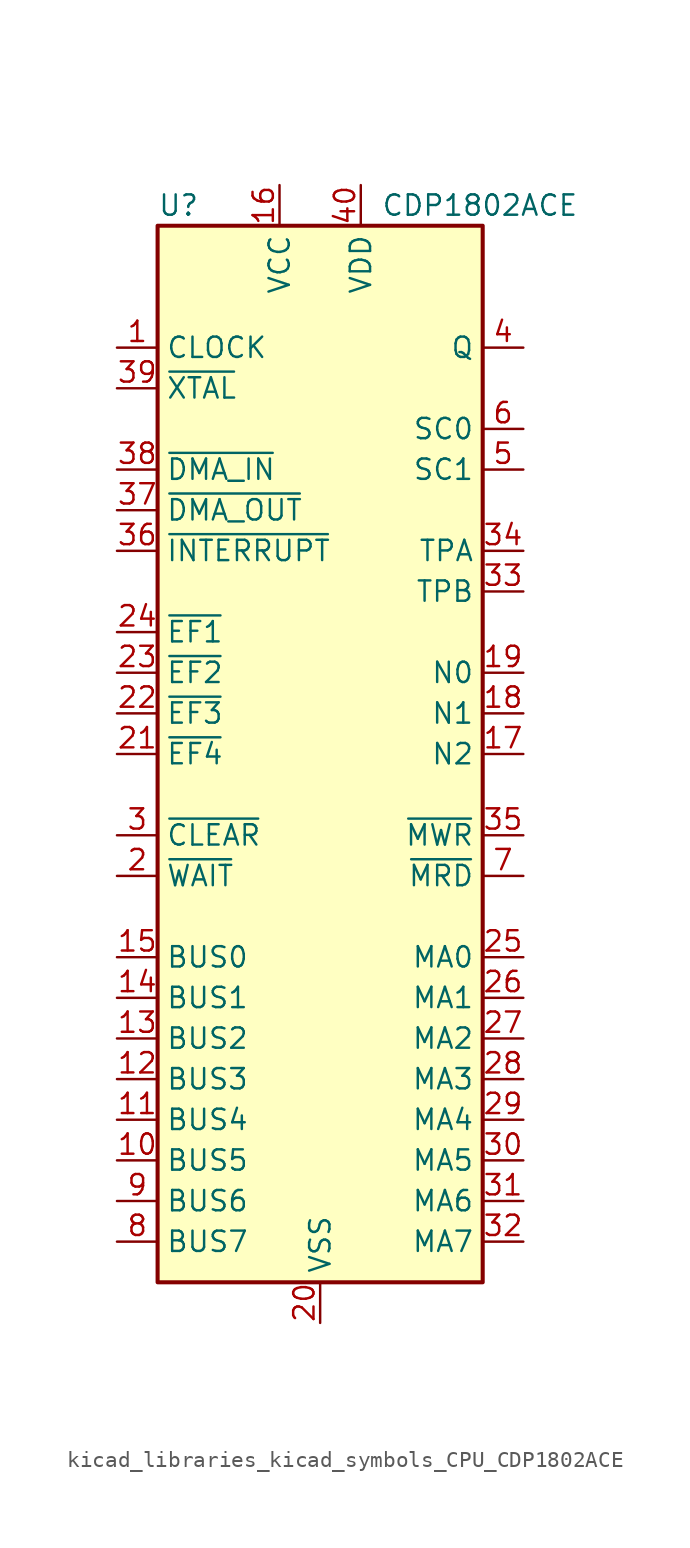
<source format=kicad_sym>
(kicad_symbol_lib
  (version 20220914)
  (generator kicad_symbol_editor)
  (symbol "kicad_libraries_kicad_symbols_CPU_CDP1802ACE"
    (property "Reference" "U"
      (at -10.16 34.29 0)
      (effects (font (size 1.27 1.27)) (justify left)))
    (property "Value" "CDP1802ACE"
      (at 3.81 34.29 0)
      (effects (font (size 1.27 1.27)) (justify left)))
    (symbol "kicad_libraries_kicad_symbols_CPU_CDP1802ACE_0_1"
      (rectangle (start -10.16 33.02) (end 10.16 -33.02) (stroke (width 0.254) (type default)) (fill (type background))))
    (symbol "kicad_libraries_kicad_symbols_CPU_CDP1802ACE_1_1"
      (pin input line (at -12.7 25.4 0) (length 2.54) (name "CLOCK" (effects (font (size 1.27 1.27)))) (number "1" (effects (font (size 1.27 1.27)))))
      (pin bidirectional line (at -12.7 -25.4 0) (length 2.54) (name "BUS5" (effects (font (size 1.27 1.27)))) (number "10" (effects (font (size 1.27 1.27)))))
      (pin bidirectional line (at -12.7 -22.86 0) (length 2.54) (name "BUS4" (effects (font (size 1.27 1.27)))) (number "11" (effects (font (size 1.27 1.27)))))
      (pin bidirectional line (at -12.7 -20.32 0) (length 2.54) (name "BUS3" (effects (font (size 1.27 1.27)))) (number "12" (effects (font (size 1.27 1.27)))))
      (pin bidirectional line (at -12.7 -17.78 0) (length 2.54) (name "BUS2" (effects (font (size 1.27 1.27)))) (number "13" (effects (font (size 1.27 1.27)))))
      (pin bidirectional line (at -12.7 -15.24 0) (length 2.54) (name "BUS1" (effects (font (size 1.27 1.27)))) (number "14" (effects (font (size 1.27 1.27)))))
      (pin bidirectional line (at -12.7 -12.7 0) (length 2.54) (name "BUS0" (effects (font (size 1.27 1.27)))) (number "15" (effects (font (size 1.27 1.27)))))
      (pin power_in line (at -2.54 35.56 270) (length 2.54) (name "VCC" (effects (font (size 1.27 1.27)))) (number "16" (effects (font (size 1.27 1.27)))))
      (pin output line (at 12.7 0 180) (length 2.54) (name "N2" (effects (font (size 1.27 1.27)))) (number "17" (effects (font (size 1.27 1.27)))))
      (pin output line (at 12.7 2.54 180) (length 2.54) (name "N1" (effects (font (size 1.27 1.27)))) (number "18" (effects (font (size 1.27 1.27)))))
      (pin output line (at 12.7 5.08 180) (length 2.54) (name "N0" (effects (font (size 1.27 1.27)))) (number "19" (effects (font (size 1.27 1.27)))))
      (pin input line (at -12.7 -7.62 0) (length 2.54) (name "~{WAIT}" (effects (font (size 1.27 1.27)))) (number "2" (effects (font (size 1.27 1.27)))))
      (pin power_in line (at 0 -35.56 90) (length 2.54) (name "VSS" (effects (font (size 1.27 1.27)))) (number "20" (effects (font (size 1.27 1.27)))))
      (pin input line (at -12.7 0 0) (length 2.54) (name "~{EF4}" (effects (font (size 1.27 1.27)))) (number "21" (effects (font (size 1.27 1.27)))))
      (pin input line (at -12.7 2.54 0) (length 2.54) (name "~{EF3}" (effects (font (size 1.27 1.27)))) (number "22" (effects (font (size 1.27 1.27)))))
      (pin input line (at -12.7 5.08 0) (length 2.54) (name "~{EF2}" (effects (font (size 1.27 1.27)))) (number "23" (effects (font (size 1.27 1.27)))))
      (pin input line (at -12.7 7.62 0) (length 2.54) (name "~{EF1}" (effects (font (size 1.27 1.27)))) (number "24" (effects (font (size 1.27 1.27)))))
      (pin output line (at 12.7 -12.7 180) (length 2.54) (name "MA0" (effects (font (size 1.27 1.27)))) (number "25" (effects (font (size 1.27 1.27)))))
      (pin output line (at 12.7 -15.24 180) (length 2.54) (name "MA1" (effects (font (size 1.27 1.27)))) (number "26" (effects (font (size 1.27 1.27)))))
      (pin output line (at 12.7 -17.78 180) (length 2.54) (name "MA2" (effects (font (size 1.27 1.27)))) (number "27" (effects (font (size 1.27 1.27)))))
      (pin output line (at 12.7 -20.32 180) (length 2.54) (name "MA3" (effects (font (size 1.27 1.27)))) (number "28" (effects (font (size 1.27 1.27)))))
      (pin output line (at 12.7 -22.86 180) (length 2.54) (name "MA4" (effects (font (size 1.27 1.27)))) (number "29" (effects (font (size 1.27 1.27)))))
      (pin input line (at -12.7 -5.08 0) (length 2.54) (name "~{CLEAR}" (effects (font (size 1.27 1.27)))) (number "3" (effects (font (size 1.27 1.27)))))
      (pin output line (at 12.7 -25.4 180) (length 2.54) (name "MA5" (effects (font (size 1.27 1.27)))) (number "30" (effects (font (size 1.27 1.27)))))
      (pin output line (at 12.7 -27.94 180) (length 2.54) (name "MA6" (effects (font (size 1.27 1.27)))) (number "31" (effects (font (size 1.27 1.27)))))
      (pin output line (at 12.7 -30.48 180) (length 2.54) (name "MA7" (effects (font (size 1.27 1.27)))) (number "32" (effects (font (size 1.27 1.27)))))
      (pin output line (at 12.7 10.16 180) (length 2.54) (name "TPB" (effects (font (size 1.27 1.27)))) (number "33" (effects (font (size 1.27 1.27)))))
      (pin output line (at 12.7 12.7 180) (length 2.54) (name "TPA" (effects (font (size 1.27 1.27)))) (number "34" (effects (font (size 1.27 1.27)))))
      (pin output line (at 12.7 -5.08 180) (length 2.54) (name "~{MWR}" (effects (font (size 1.27 1.27)))) (number "35" (effects (font (size 1.27 1.27)))))
      (pin input line (at -12.7 12.7 0) (length 2.54) (name "~{INTERRUPT}" (effects (font (size 1.27 1.27)))) (number "36" (effects (font (size 1.27 1.27)))))
      (pin input line (at -12.7 15.24 0) (length 2.54) (name "~{DMA_OUT}" (effects (font (size 1.27 1.27)))) (number "37" (effects (font (size 1.27 1.27)))))
      (pin input line (at -12.7 17.78 0) (length 2.54) (name "~{DMA_IN}" (effects (font (size 1.27 1.27)))) (number "38" (effects (font (size 1.27 1.27)))))
      (pin output line (at -12.7 22.86 0) (length 2.54) (name "~{XTAL}" (effects (font (size 1.27 1.27)))) (number "39" (effects (font (size 1.27 1.27)))))
      (pin output line (at 12.7 25.4 180) (length 2.54) (name "Q" (effects (font (size 1.27 1.27)))) (number "4" (effects (font (size 1.27 1.27)))))
      (pin power_in line (at 2.54 35.56 270) (length 2.54) (name "VDD" (effects (font (size 1.27 1.27)))) (number "40" (effects (font (size 1.27 1.27)))))
      (pin output line (at 12.7 17.78 180) (length 2.54) (name "SC1" (effects (font (size 1.27 1.27)))) (number "5" (effects (font (size 1.27 1.27)))))
      (pin output line (at 12.7 20.32 180) (length 2.54) (name "SC0" (effects (font (size 1.27 1.27)))) (number "6" (effects (font (size 1.27 1.27)))))
      (pin output line (at 12.7 -7.62 180) (length 2.54) (name "~{MRD}" (effects (font (size 1.27 1.27)))) (number "7" (effects (font (size 1.27 1.27)))))
      (pin bidirectional line (at -12.7 -30.48 0) (length 2.54) (name "BUS7" (effects (font (size 1.27 1.27)))) (number "8" (effects (font (size 1.27 1.27)))))
      (pin bidirectional line (at -12.7 -27.94 0) (length 2.54) (name "BUS6" (effects (font (size 1.27 1.27)))) (number "9" (effects (font (size 1.27 1.27))))))))
</source>
